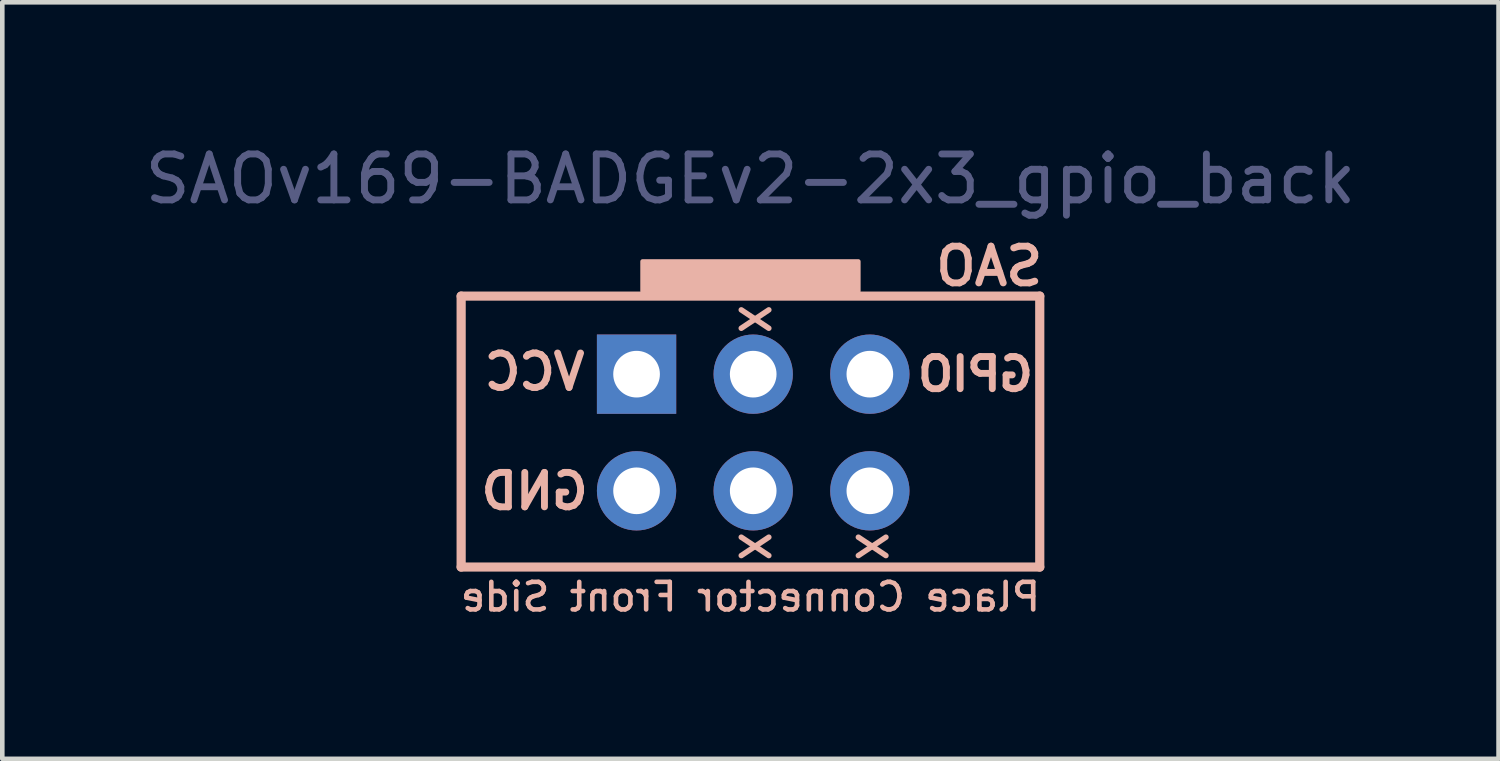
<source format=kicad_pcb>
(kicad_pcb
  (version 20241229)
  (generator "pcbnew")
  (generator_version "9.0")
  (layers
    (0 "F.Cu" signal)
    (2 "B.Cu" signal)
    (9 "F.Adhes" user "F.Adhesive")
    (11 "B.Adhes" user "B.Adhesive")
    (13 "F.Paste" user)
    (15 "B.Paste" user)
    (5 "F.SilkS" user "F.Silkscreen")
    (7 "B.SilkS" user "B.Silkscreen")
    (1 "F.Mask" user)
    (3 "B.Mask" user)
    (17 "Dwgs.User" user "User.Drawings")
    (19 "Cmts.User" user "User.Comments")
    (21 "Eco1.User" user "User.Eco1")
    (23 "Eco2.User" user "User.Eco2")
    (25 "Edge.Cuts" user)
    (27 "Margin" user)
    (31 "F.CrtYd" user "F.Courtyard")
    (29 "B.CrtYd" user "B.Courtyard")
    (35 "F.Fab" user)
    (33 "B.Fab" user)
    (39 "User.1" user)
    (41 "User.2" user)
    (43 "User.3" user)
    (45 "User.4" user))
  (footprint "SAOv169-BADGEv2-2x3_gpio_back"
    (layer "F.Cu")
    (at 13.292 6.348)
    (property "Reference" "SAOv169-BADGEv2-2x3_gpio_back" (at 0 -5.5 0) (layer "B.Fab") (effects (font (size 1 1) (thickness 0.15))))
    (attr through_hole)
    (fp_line (start -6.3 -2.95) (end 6.3 -2.95) (stroke (width 0.2) (type solid)) (layer "B.SilkS"))
    (fp_line (start -6.3 2.95) (end -6.3 -2.95) (stroke (width 0.2) (type solid)) (layer "B.SilkS"))
    (fp_line (start -0.2 -2.65) (end 0.4 -2.25) (stroke (width 0.12) (type default)) (layer "B.SilkS"))
    (fp_line (start -0.2 -2.25) (end 0.4 -2.65) (stroke (width 0.12) (type default)) (layer "B.SilkS"))
    (fp_line (start -0.2 2.3) (end 0.4 2.7) (stroke (width 0.12) (type default)) (layer "B.SilkS"))
    (fp_line (start -0.2 2.7) (end 0.4 2.3) (stroke (width 0.12) (type default)) (layer "B.SilkS"))
    (fp_line (start 2.35 2.3) (end 2.95 2.7) (stroke (width 0.12) (type default)) (layer "B.SilkS"))
    (fp_line (start 2.35 2.7) (end 2.95 2.3) (stroke (width 0.12) (type default)) (layer "B.SilkS"))
    (fp_line (start 6.3 -2.95) (end 6.3 2.95) (stroke (width 0.2) (type solid)) (layer "B.SilkS"))
    (fp_line (start 6.3 2.95) (end -6.3 2.95) (stroke (width 0.2) (type solid)) (layer "B.SilkS"))
    (fp_poly (pts (xy 2.349 -3.061) (xy -2.349 -3.061) (xy -2.349 -3.704) (xy 2.349 -3.704)) (stroke (width 0.1) (type solid)) (fill yes) (layer "B.SilkS"))
    (fp_text user "GND" (at -4.7 1.3 0) (unlocked yes) (layer "B.SilkS") (effects (font (size 0.75 0.75) (thickness 0.15)) (justify mirror)))
    (fp_text user "Place Connector Front Side" (at 0 3.6 0) (unlocked yes) (layer "B.SilkS") (effects (font (size 0.6 0.6) (thickness 0.1)) (justify mirror)))
    (fp_text user "SAO" (at 5.2 -3.6 0) (unlocked yes) (layer "B.SilkS") (effects (font (size 0.8 0.8) (thickness 0.15)) (justify mirror)))
    (fp_text user "VCC" (at -4.7 -1.3 0) (unlocked yes) (layer "B.SilkS") (effects (font (size 0.75 0.75) (thickness 0.15)) (justify mirror)))
    (fp_text user "GPIO" (at 4.9 -1.25 0) (unlocked yes) (layer "B.SilkS") (effects (font (size 0.7 0.7) (thickness 0.15)) (justify mirror)))
    (pad "1" thru_hole rect (at -2.48 -1.25 270) (size 1.727 1.727) (drill 1.016) (layers "*.Cu" "*.Mask"))
    (pad "2" thru_hole circle (at -2.48 1.29 270) (size 1.727 1.727) (drill 1.016) (layers "*.Cu" "*.Mask"))
    (pad "3" thru_hole oval (at 0.06 -1.25 270) (size 1.727 1.727) (drill 1.016) (layers "*.Cu" "*.Mask"))
    (pad "4" thru_hole oval (at 0.06 1.29 270) (size 1.727 1.727) (drill 1.016) (layers "*.Cu" "*.Mask"))
    (pad "5" thru_hole circle (at 2.6 -1.25 270) (size 1.727 1.727) (drill 1.016) (layers "*.Cu" "*.Mask"))
    (pad "6" thru_hole circle (at 2.6 1.29 270) (size 1.727 1.727) (drill 1.016) (layers "*.Cu" "*.Mask")))
  (gr_rect
    (start -3 -3)
    (end 29.583 13.475)
    (stroke (width 0.1) (type default))
    (fill no)
    (layer "Edge.Cuts")))
</source>
